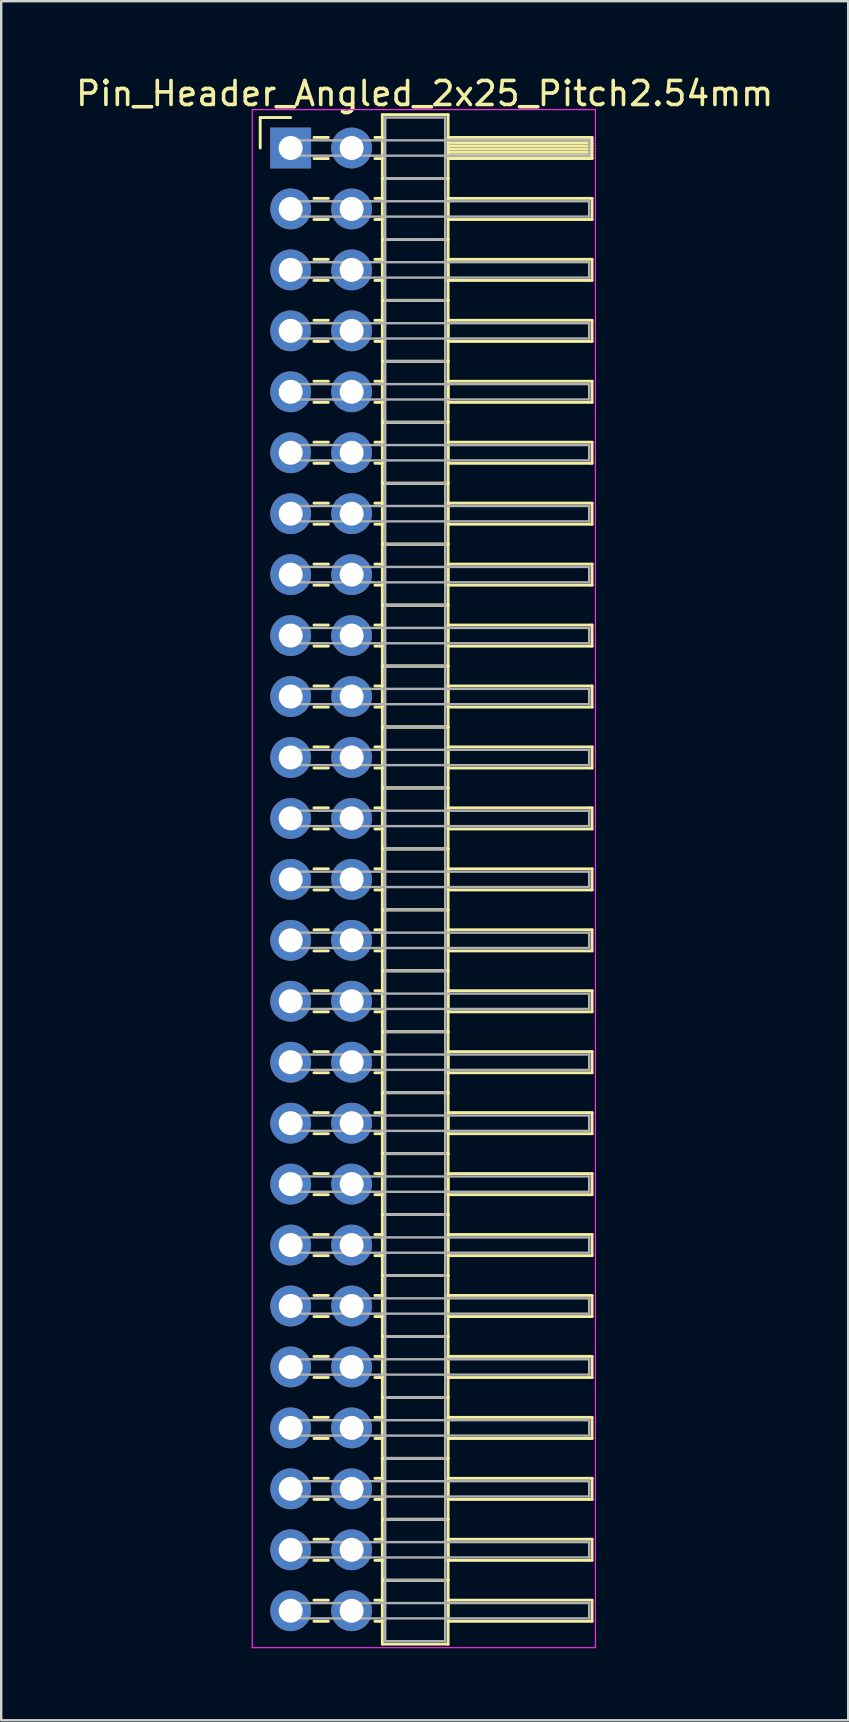
<source format=kicad_pcb>
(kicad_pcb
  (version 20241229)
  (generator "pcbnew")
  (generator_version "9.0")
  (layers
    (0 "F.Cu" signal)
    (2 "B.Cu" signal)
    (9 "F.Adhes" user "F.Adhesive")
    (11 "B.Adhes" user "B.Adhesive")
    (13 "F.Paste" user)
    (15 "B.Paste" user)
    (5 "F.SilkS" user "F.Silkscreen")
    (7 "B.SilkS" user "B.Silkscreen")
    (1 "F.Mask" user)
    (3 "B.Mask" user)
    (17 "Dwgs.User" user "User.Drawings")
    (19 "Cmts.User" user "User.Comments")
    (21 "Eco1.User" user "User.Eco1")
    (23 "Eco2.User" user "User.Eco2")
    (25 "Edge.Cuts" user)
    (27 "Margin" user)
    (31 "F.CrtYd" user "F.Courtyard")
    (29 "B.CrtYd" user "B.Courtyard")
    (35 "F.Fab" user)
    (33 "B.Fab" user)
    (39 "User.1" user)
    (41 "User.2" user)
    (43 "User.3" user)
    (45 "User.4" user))
  (footprint "Pin_Header_Angled_2x25_Pitch2.54mm"
    (layer "F.Cu")
    (at 9.064 3.118)
    (property "Reference" "Pin_Header_Angled_2x25_Pitch2.54mm" (at 5.585 -2.27 0) (layer "F.SilkS") (effects (font (size 1 1) (thickness 0.15))))
    (attr through_hole)
    (fp_line (start -1.27 -1.27) (end 0 -1.27) (stroke (width 0.12) (type solid)) (layer "F.SilkS"))
    (fp_line (start -1.27 0) (end -1.27 -1.27) (stroke (width 0.12) (type solid)) (layer "F.SilkS"))
    (fp_line (start 0.97 -0.44) (end 1.57 -0.44) (stroke (width 0.12) (type solid)) (layer "F.SilkS"))
    (fp_line (start 0.97 0.44) (end 1.57 0.44) (stroke (width 0.12) (type solid)) (layer "F.SilkS"))
    (fp_line (start 0.97 2.1) (end 1.57 2.1) (stroke (width 0.12) (type solid)) (layer "F.SilkS"))
    (fp_line (start 0.97 2.98) (end 1.57 2.98) (stroke (width 0.12) (type solid)) (layer "F.SilkS"))
    (fp_line (start 0.97 4.64) (end 1.57 4.64) (stroke (width 0.12) (type solid)) (layer "F.SilkS"))
    (fp_line (start 0.97 5.52) (end 1.57 5.52) (stroke (width 0.12) (type solid)) (layer "F.SilkS"))
    (fp_line (start 0.97 7.18) (end 1.57 7.18) (stroke (width 0.12) (type solid)) (layer "F.SilkS"))
    (fp_line (start 0.97 8.06) (end 1.57 8.06) (stroke (width 0.12) (type solid)) (layer "F.SilkS"))
    (fp_line (start 0.97 9.72) (end 1.57 9.72) (stroke (width 0.12) (type solid)) (layer "F.SilkS"))
    (fp_line (start 0.97 10.6) (end 1.57 10.6) (stroke (width 0.12) (type solid)) (layer "F.SilkS"))
    (fp_line (start 0.97 12.26) (end 1.57 12.26) (stroke (width 0.12) (type solid)) (layer "F.SilkS"))
    (fp_line (start 0.97 13.14) (end 1.57 13.14) (stroke (width 0.12) (type solid)) (layer "F.SilkS"))
    (fp_line (start 0.97 14.8) (end 1.57 14.8) (stroke (width 0.12) (type solid)) (layer "F.SilkS"))
    (fp_line (start 0.97 15.68) (end 1.57 15.68) (stroke (width 0.12) (type solid)) (layer "F.SilkS"))
    (fp_line (start 0.97 17.34) (end 1.57 17.34) (stroke (width 0.12) (type solid)) (layer "F.SilkS"))
    (fp_line (start 0.97 18.22) (end 1.57 18.22) (stroke (width 0.12) (type solid)) (layer "F.SilkS"))
    (fp_line (start 0.97 19.88) (end 1.57 19.88) (stroke (width 0.12) (type solid)) (layer "F.SilkS"))
    (fp_line (start 0.97 20.76) (end 1.57 20.76) (stroke (width 0.12) (type solid)) (layer "F.SilkS"))
    (fp_line (start 0.97 22.42) (end 1.57 22.42) (stroke (width 0.12) (type solid)) (layer "F.SilkS"))
    (fp_line (start 0.97 23.3) (end 1.57 23.3) (stroke (width 0.12) (type solid)) (layer "F.SilkS"))
    (fp_line (start 0.97 24.96) (end 1.57 24.96) (stroke (width 0.12) (type solid)) (layer "F.SilkS"))
    (fp_line (start 0.97 25.84) (end 1.57 25.84) (stroke (width 0.12) (type solid)) (layer "F.SilkS"))
    (fp_line (start 0.97 27.5) (end 1.57 27.5) (stroke (width 0.12) (type solid)) (layer "F.SilkS"))
    (fp_line (start 0.97 28.38) (end 1.57 28.38) (stroke (width 0.12) (type solid)) (layer "F.SilkS"))
    (fp_line (start 0.97 30.04) (end 1.57 30.04) (stroke (width 0.12) (type solid)) (layer "F.SilkS"))
    (fp_line (start 0.97 30.92) (end 1.57 30.92) (stroke (width 0.12) (type solid)) (layer "F.SilkS"))
    (fp_line (start 0.97 32.58) (end 1.57 32.58) (stroke (width 0.12) (type solid)) (layer "F.SilkS"))
    (fp_line (start 0.97 33.46) (end 1.57 33.46) (stroke (width 0.12) (type solid)) (layer "F.SilkS"))
    (fp_line (start 0.97 35.12) (end 1.57 35.12) (stroke (width 0.12) (type solid)) (layer "F.SilkS"))
    (fp_line (start 0.97 36) (end 1.57 36) (stroke (width 0.12) (type solid)) (layer "F.SilkS"))
    (fp_line (start 0.97 37.66) (end 1.57 37.66) (stroke (width 0.12) (type solid)) (layer "F.SilkS"))
    (fp_line (start 0.97 38.54) (end 1.57 38.54) (stroke (width 0.12) (type solid)) (layer "F.SilkS"))
    (fp_line (start 0.97 40.2) (end 1.57 40.2) (stroke (width 0.12) (type solid)) (layer "F.SilkS"))
    (fp_line (start 0.97 41.08) (end 1.57 41.08) (stroke (width 0.12) (type solid)) (layer "F.SilkS"))
    (fp_line (start 0.97 42.74) (end 1.57 42.74) (stroke (width 0.12) (type solid)) (layer "F.SilkS"))
    (fp_line (start 0.97 43.62) (end 1.57 43.62) (stroke (width 0.12) (type solid)) (layer "F.SilkS"))
    (fp_line (start 0.97 45.28) (end 1.57 45.28) (stroke (width 0.12) (type solid)) (layer "F.SilkS"))
    (fp_line (start 0.97 46.16) (end 1.57 46.16) (stroke (width 0.12) (type solid)) (layer "F.SilkS"))
    (fp_line (start 0.97 47.82) (end 1.57 47.82) (stroke (width 0.12) (type solid)) (layer "F.SilkS"))
    (fp_line (start 0.97 48.7) (end 1.57 48.7) (stroke (width 0.12) (type solid)) (layer "F.SilkS"))
    (fp_line (start 0.97 50.36) (end 1.57 50.36) (stroke (width 0.12) (type solid)) (layer "F.SilkS"))
    (fp_line (start 0.97 51.24) (end 1.57 51.24) (stroke (width 0.12) (type solid)) (layer "F.SilkS"))
    (fp_line (start 0.97 52.9) (end 1.57 52.9) (stroke (width 0.12) (type solid)) (layer "F.SilkS"))
    (fp_line (start 0.97 53.78) (end 1.57 53.78) (stroke (width 0.12) (type solid)) (layer "F.SilkS"))
    (fp_line (start 0.97 55.44) (end 1.57 55.44) (stroke (width 0.12) (type solid)) (layer "F.SilkS"))
    (fp_line (start 0.97 56.32) (end 1.57 56.32) (stroke (width 0.12) (type solid)) (layer "F.SilkS"))
    (fp_line (start 0.97 57.98) (end 1.57 57.98) (stroke (width 0.12) (type solid)) (layer "F.SilkS"))
    (fp_line (start 0.97 58.86) (end 1.57 58.86) (stroke (width 0.12) (type solid)) (layer "F.SilkS"))
    (fp_line (start 0.97 60.52) (end 1.57 60.52) (stroke (width 0.12) (type solid)) (layer "F.SilkS"))
    (fp_line (start 0.97 61.4) (end 1.57 61.4) (stroke (width 0.12) (type solid)) (layer "F.SilkS"))
    (fp_line (start 3.51 -0.44) (end 3.82 -0.44) (stroke (width 0.12) (type solid)) (layer "F.SilkS"))
    (fp_line (start 3.51 0.44) (end 3.82 0.44) (stroke (width 0.12) (type solid)) (layer "F.SilkS"))
    (fp_line (start 3.51 2.1) (end 3.82 2.1) (stroke (width 0.12) (type solid)) (layer "F.SilkS"))
    (fp_line (start 3.51 2.98) (end 3.82 2.98) (stroke (width 0.12) (type solid)) (layer "F.SilkS"))
    (fp_line (start 3.51 4.64) (end 3.82 4.64) (stroke (width 0.12) (type solid)) (layer "F.SilkS"))
    (fp_line (start 3.51 5.52) (end 3.82 5.52) (stroke (width 0.12) (type solid)) (layer "F.SilkS"))
    (fp_line (start 3.51 7.18) (end 3.82 7.18) (stroke (width 0.12) (type solid)) (layer "F.SilkS"))
    (fp_line (start 3.51 8.06) (end 3.82 8.06) (stroke (width 0.12) (type solid)) (layer "F.SilkS"))
    (fp_line (start 3.51 9.72) (end 3.82 9.72) (stroke (width 0.12) (type solid)) (layer "F.SilkS"))
    (fp_line (start 3.51 10.6) (end 3.82 10.6) (stroke (width 0.12) (type solid)) (layer "F.SilkS"))
    (fp_line (start 3.51 12.26) (end 3.82 12.26) (stroke (width 0.12) (type solid)) (layer "F.SilkS"))
    (fp_line (start 3.51 13.14) (end 3.82 13.14) (stroke (width 0.12) (type solid)) (layer "F.SilkS"))
    (fp_line (start 3.51 14.8) (end 3.82 14.8) (stroke (width 0.12) (type solid)) (layer "F.SilkS"))
    (fp_line (start 3.51 15.68) (end 3.82 15.68) (stroke (width 0.12) (type solid)) (layer "F.SilkS"))
    (fp_line (start 3.51 17.34) (end 3.82 17.34) (stroke (width 0.12) (type solid)) (layer "F.SilkS"))
    (fp_line (start 3.51 18.22) (end 3.82 18.22) (stroke (width 0.12) (type solid)) (layer "F.SilkS"))
    (fp_line (start 3.51 19.88) (end 3.82 19.88) (stroke (width 0.12) (type solid)) (layer "F.SilkS"))
    (fp_line (start 3.51 20.76) (end 3.82 20.76) (stroke (width 0.12) (type solid)) (layer "F.SilkS"))
    (fp_line (start 3.51 22.42) (end 3.82 22.42) (stroke (width 0.12) (type solid)) (layer "F.SilkS"))
    (fp_line (start 3.51 23.3) (end 3.82 23.3) (stroke (width 0.12) (type solid)) (layer "F.SilkS"))
    (fp_line (start 3.51 24.96) (end 3.82 24.96) (stroke (width 0.12) (type solid)) (layer "F.SilkS"))
    (fp_line (start 3.51 25.84) (end 3.82 25.84) (stroke (width 0.12) (type solid)) (layer "F.SilkS"))
    (fp_line (start 3.51 27.5) (end 3.82 27.5) (stroke (width 0.12) (type solid)) (layer "F.SilkS"))
    (fp_line (start 3.51 28.38) (end 3.82 28.38) (stroke (width 0.12) (type solid)) (layer "F.SilkS"))
    (fp_line (start 3.51 30.04) (end 3.82 30.04) (stroke (width 0.12) (type solid)) (layer "F.SilkS"))
    (fp_line (start 3.51 30.92) (end 3.82 30.92) (stroke (width 0.12) (type solid)) (layer "F.SilkS"))
    (fp_line (start 3.51 32.58) (end 3.82 32.58) (stroke (width 0.12) (type solid)) (layer "F.SilkS"))
    (fp_line (start 3.51 33.46) (end 3.82 33.46) (stroke (width 0.12) (type solid)) (layer "F.SilkS"))
    (fp_line (start 3.51 35.12) (end 3.82 35.12) (stroke (width 0.12) (type solid)) (layer "F.SilkS"))
    (fp_line (start 3.51 36) (end 3.82 36) (stroke (width 0.12) (type solid)) (layer "F.SilkS"))
    (fp_line (start 3.51 37.66) (end 3.82 37.66) (stroke (width 0.12) (type solid)) (layer "F.SilkS"))
    (fp_line (start 3.51 38.54) (end 3.82 38.54) (stroke (width 0.12) (type solid)) (layer "F.SilkS"))
    (fp_line (start 3.51 40.2) (end 3.82 40.2) (stroke (width 0.12) (type solid)) (layer "F.SilkS"))
    (fp_line (start 3.51 41.08) (end 3.82 41.08) (stroke (width 0.12) (type solid)) (layer "F.SilkS"))
    (fp_line (start 3.51 42.74) (end 3.82 42.74) (stroke (width 0.12) (type solid)) (layer "F.SilkS"))
    (fp_line (start 3.51 43.62) (end 3.82 43.62) (stroke (width 0.12) (type solid)) (layer "F.SilkS"))
    (fp_line (start 3.51 45.28) (end 3.82 45.28) (stroke (width 0.12) (type solid)) (layer "F.SilkS"))
    (fp_line (start 3.51 46.16) (end 3.82 46.16) (stroke (width 0.12) (type solid)) (layer "F.SilkS"))
    (fp_line (start 3.51 47.82) (end 3.82 47.82) (stroke (width 0.12) (type solid)) (layer "F.SilkS"))
    (fp_line (start 3.51 48.7) (end 3.82 48.7) (stroke (width 0.12) (type solid)) (layer "F.SilkS"))
    (fp_line (start 3.51 50.36) (end 3.82 50.36) (stroke (width 0.12) (type solid)) (layer "F.SilkS"))
    (fp_line (start 3.51 51.24) (end 3.82 51.24) (stroke (width 0.12) (type solid)) (layer "F.SilkS"))
    (fp_line (start 3.51 52.9) (end 3.82 52.9) (stroke (width 0.12) (type solid)) (layer "F.SilkS"))
    (fp_line (start 3.51 53.78) (end 3.82 53.78) (stroke (width 0.12) (type solid)) (layer "F.SilkS"))
    (fp_line (start 3.51 55.44) (end 3.82 55.44) (stroke (width 0.12) (type solid)) (layer "F.SilkS"))
    (fp_line (start 3.51 56.32) (end 3.82 56.32) (stroke (width 0.12) (type solid)) (layer "F.SilkS"))
    (fp_line (start 3.51 57.98) (end 3.82 57.98) (stroke (width 0.12) (type solid)) (layer "F.SilkS"))
    (fp_line (start 3.51 58.86) (end 3.82 58.86) (stroke (width 0.12) (type solid)) (layer "F.SilkS"))
    (fp_line (start 3.51 60.52) (end 3.82 60.52) (stroke (width 0.12) (type solid)) (layer "F.SilkS"))
    (fp_line (start 3.51 61.4) (end 3.82 61.4) (stroke (width 0.12) (type solid)) (layer "F.SilkS"))
    (fp_line (start 3.82 -1.39) (end 3.82 1.27) (stroke (width 0.12) (type solid)) (layer "F.SilkS"))
    (fp_line (start 3.82 1.27) (end 3.82 3.81) (stroke (width 0.12) (type solid)) (layer "F.SilkS"))
    (fp_line (start 3.82 1.27) (end 6.56 1.27) (stroke (width 0.12) (type solid)) (layer "F.SilkS"))
    (fp_line (start 3.82 3.81) (end 3.82 6.35) (stroke (width 0.12) (type solid)) (layer "F.SilkS"))
    (fp_line (start 3.82 3.81) (end 6.56 3.81) (stroke (width 0.12) (type solid)) (layer "F.SilkS"))
    (fp_line (start 3.82 6.35) (end 3.82 8.89) (stroke (width 0.12) (type solid)) (layer "F.SilkS"))
    (fp_line (start 3.82 6.35) (end 6.56 6.35) (stroke (width 0.12) (type solid)) (layer "F.SilkS"))
    (fp_line (start 3.82 8.89) (end 3.82 11.43) (stroke (width 0.12) (type solid)) (layer "F.SilkS"))
    (fp_line (start 3.82 8.89) (end 6.56 8.89) (stroke (width 0.12) (type solid)) (layer "F.SilkS"))
    (fp_line (start 3.82 11.43) (end 3.82 13.97) (stroke (width 0.12) (type solid)) (layer "F.SilkS"))
    (fp_line (start 3.82 11.43) (end 6.56 11.43) (stroke (width 0.12) (type solid)) (layer "F.SilkS"))
    (fp_line (start 3.82 13.97) (end 3.82 16.51) (stroke (width 0.12) (type solid)) (layer "F.SilkS"))
    (fp_line (start 3.82 13.97) (end 6.56 13.97) (stroke (width 0.12) (type solid)) (layer "F.SilkS"))
    (fp_line (start 3.82 16.51) (end 3.82 19.05) (stroke (width 0.12) (type solid)) (layer "F.SilkS"))
    (fp_line (start 3.82 16.51) (end 6.56 16.51) (stroke (width 0.12) (type solid)) (layer "F.SilkS"))
    (fp_line (start 3.82 19.05) (end 3.82 21.59) (stroke (width 0.12) (type solid)) (layer "F.SilkS"))
    (fp_line (start 3.82 19.05) (end 6.56 19.05) (stroke (width 0.12) (type solid)) (layer "F.SilkS"))
    (fp_line (start 3.82 21.59) (end 3.82 24.13) (stroke (width 0.12) (type solid)) (layer "F.SilkS"))
    (fp_line (start 3.82 21.59) (end 6.56 21.59) (stroke (width 0.12) (type solid)) (layer "F.SilkS"))
    (fp_line (start 3.82 24.13) (end 3.82 26.67) (stroke (width 0.12) (type solid)) (layer "F.SilkS"))
    (fp_line (start 3.82 24.13) (end 6.56 24.13) (stroke (width 0.12) (type solid)) (layer "F.SilkS"))
    (fp_line (start 3.82 26.67) (end 3.82 29.21) (stroke (width 0.12) (type solid)) (layer "F.SilkS"))
    (fp_line (start 3.82 26.67) (end 6.56 26.67) (stroke (width 0.12) (type solid)) (layer "F.SilkS"))
    (fp_line (start 3.82 29.21) (end 3.82 31.75) (stroke (width 0.12) (type solid)) (layer "F.SilkS"))
    (fp_line (start 3.82 29.21) (end 6.56 29.21) (stroke (width 0.12) (type solid)) (layer "F.SilkS"))
    (fp_line (start 3.82 31.75) (end 3.82 34.29) (stroke (width 0.12) (type solid)) (layer "F.SilkS"))
    (fp_line (start 3.82 31.75) (end 6.56 31.75) (stroke (width 0.12) (type solid)) (layer "F.SilkS"))
    (fp_line (start 3.82 34.29) (end 3.82 36.83) (stroke (width 0.12) (type solid)) (layer "F.SilkS"))
    (fp_line (start 3.82 34.29) (end 6.56 34.29) (stroke (width 0.12) (type solid)) (layer "F.SilkS"))
    (fp_line (start 3.82 36.83) (end 3.82 39.37) (stroke (width 0.12) (type solid)) (layer "F.SilkS"))
    (fp_line (start 3.82 36.83) (end 6.56 36.83) (stroke (width 0.12) (type solid)) (layer "F.SilkS"))
    (fp_line (start 3.82 39.37) (end 3.82 41.91) (stroke (width 0.12) (type solid)) (layer "F.SilkS"))
    (fp_line (start 3.82 39.37) (end 6.56 39.37) (stroke (width 0.12) (type solid)) (layer "F.SilkS"))
    (fp_line (start 3.82 41.91) (end 3.82 44.45) (stroke (width 0.12) (type solid)) (layer "F.SilkS"))
    (fp_line (start 3.82 41.91) (end 6.56 41.91) (stroke (width 0.12) (type solid)) (layer "F.SilkS"))
    (fp_line (start 3.82 44.45) (end 3.82 46.99) (stroke (width 0.12) (type solid)) (layer "F.SilkS"))
    (fp_line (start 3.82 44.45) (end 6.56 44.45) (stroke (width 0.12) (type solid)) (layer "F.SilkS"))
    (fp_line (start 3.82 46.99) (end 3.82 49.53) (stroke (width 0.12) (type solid)) (layer "F.SilkS"))
    (fp_line (start 3.82 46.99) (end 6.56 46.99) (stroke (width 0.12) (type solid)) (layer "F.SilkS"))
    (fp_line (start 3.82 49.53) (end 3.82 52.07) (stroke (width 0.12) (type solid)) (layer "F.SilkS"))
    (fp_line (start 3.82 49.53) (end 6.56 49.53) (stroke (width 0.12) (type solid)) (layer "F.SilkS"))
    (fp_line (start 3.82 52.07) (end 3.82 54.61) (stroke (width 0.12) (type solid)) (layer "F.SilkS"))
    (fp_line (start 3.82 52.07) (end 6.56 52.07) (stroke (width 0.12) (type solid)) (layer "F.SilkS"))
    (fp_line (start 3.82 54.61) (end 3.82 57.15) (stroke (width 0.12) (type solid)) (layer "F.SilkS"))
    (fp_line (start 3.82 54.61) (end 6.56 54.61) (stroke (width 0.12) (type solid)) (layer "F.SilkS"))
    (fp_line (start 3.82 57.15) (end 3.82 59.69) (stroke (width 0.12) (type solid)) (layer "F.SilkS"))
    (fp_line (start 3.82 57.15) (end 6.56 57.15) (stroke (width 0.12) (type solid)) (layer "F.SilkS"))
    (fp_line (start 3.82 59.69) (end 3.82 62.35) (stroke (width 0.12) (type solid)) (layer "F.SilkS"))
    (fp_line (start 3.82 59.69) (end 6.56 59.69) (stroke (width 0.12) (type solid)) (layer "F.SilkS"))
    (fp_line (start 3.82 62.35) (end 6.56 62.35) (stroke (width 0.12) (type solid)) (layer "F.SilkS"))
    (fp_line (start 6.56 -1.39) (end 3.82 -1.39) (stroke (width 0.12) (type solid)) (layer "F.SilkS"))
    (fp_line (start 6.56 -0.44) (end 6.56 0.44) (stroke (width 0.12) (type solid)) (layer "F.SilkS"))
    (fp_line (start 6.56 -0.32) (end 12.56 -0.32) (stroke (width 0.12) (type solid)) (layer "F.SilkS"))
    (fp_line (start 6.56 -0.2) (end 12.56 -0.2) (stroke (width 0.12) (type solid)) (layer "F.SilkS"))
    (fp_line (start 6.56 -0.08) (end 12.56 -0.08) (stroke (width 0.12) (type solid)) (layer "F.SilkS"))
    (fp_line (start 6.56 0.04) (end 12.56 0.04) (stroke (width 0.12) (type solid)) (layer "F.SilkS"))
    (fp_line (start 6.56 0.16) (end 12.56 0.16) (stroke (width 0.12) (type solid)) (layer "F.SilkS"))
    (fp_line (start 6.56 0.28) (end 12.56 0.28) (stroke (width 0.12) (type solid)) (layer "F.SilkS"))
    (fp_line (start 6.56 0.4) (end 12.56 0.4) (stroke (width 0.12) (type solid)) (layer "F.SilkS"))
    (fp_line (start 6.56 0.44) (end 12.56 0.44) (stroke (width 0.12) (type solid)) (layer "F.SilkS"))
    (fp_line (start 6.56 1.27) (end 3.82 1.27) (stroke (width 0.12) (type solid)) (layer "F.SilkS"))
    (fp_line (start 6.56 1.27) (end 6.56 -1.39) (stroke (width 0.12) (type solid)) (layer "F.SilkS"))
    (fp_line (start 6.56 2.1) (end 6.56 2.98) (stroke (width 0.12) (type solid)) (layer "F.SilkS"))
    (fp_line (start 6.56 2.98) (end 12.56 2.98) (stroke (width 0.12) (type solid)) (layer "F.SilkS"))
    (fp_line (start 6.56 3.81) (end 3.82 3.81) (stroke (width 0.12) (type solid)) (layer "F.SilkS"))
    (fp_line (start 6.56 3.81) (end 6.56 1.27) (stroke (width 0.12) (type solid)) (layer "F.SilkS"))
    (fp_line (start 6.56 4.64) (end 6.56 5.52) (stroke (width 0.12) (type solid)) (layer "F.SilkS"))
    (fp_line (start 6.56 5.52) (end 12.56 5.52) (stroke (width 0.12) (type solid)) (layer "F.SilkS"))
    (fp_line (start 6.56 6.35) (end 3.82 6.35) (stroke (width 0.12) (type solid)) (layer "F.SilkS"))
    (fp_line (start 6.56 6.35) (end 6.56 3.81) (stroke (width 0.12) (type solid)) (layer "F.SilkS"))
    (fp_line (start 6.56 7.18) (end 6.56 8.06) (stroke (width 0.12) (type solid)) (layer "F.SilkS"))
    (fp_line (start 6.56 8.06) (end 12.56 8.06) (stroke (width 0.12) (type solid)) (layer "F.SilkS"))
    (fp_line (start 6.56 8.89) (end 3.82 8.89) (stroke (width 0.12) (type solid)) (layer "F.SilkS"))
    (fp_line (start 6.56 8.89) (end 6.56 6.35) (stroke (width 0.12) (type solid)) (layer "F.SilkS"))
    (fp_line (start 6.56 9.72) (end 6.56 10.6) (stroke (width 0.12) (type solid)) (layer "F.SilkS"))
    (fp_line (start 6.56 10.6) (end 12.56 10.6) (stroke (width 0.12) (type solid)) (layer "F.SilkS"))
    (fp_line (start 6.56 11.43) (end 3.82 11.43) (stroke (width 0.12) (type solid)) (layer "F.SilkS"))
    (fp_line (start 6.56 11.43) (end 6.56 8.89) (stroke (width 0.12) (type solid)) (layer "F.SilkS"))
    (fp_line (start 6.56 12.26) (end 6.56 13.14) (stroke (width 0.12) (type solid)) (layer "F.SilkS"))
    (fp_line (start 6.56 13.14) (end 12.56 13.14) (stroke (width 0.12) (type solid)) (layer "F.SilkS"))
    (fp_line (start 6.56 13.97) (end 3.82 13.97) (stroke (width 0.12) (type solid)) (layer "F.SilkS"))
    (fp_line (start 6.56 13.97) (end 6.56 11.43) (stroke (width 0.12) (type solid)) (layer "F.SilkS"))
    (fp_line (start 6.56 14.8) (end 6.56 15.68) (stroke (width 0.12) (type solid)) (layer "F.SilkS"))
    (fp_line (start 6.56 15.68) (end 12.56 15.68) (stroke (width 0.12) (type solid)) (layer "F.SilkS"))
    (fp_line (start 6.56 16.51) (end 3.82 16.51) (stroke (width 0.12) (type solid)) (layer "F.SilkS"))
    (fp_line (start 6.56 16.51) (end 6.56 13.97) (stroke (width 0.12) (type solid)) (layer "F.SilkS"))
    (fp_line (start 6.56 17.34) (end 6.56 18.22) (stroke (width 0.12) (type solid)) (layer "F.SilkS"))
    (fp_line (start 6.56 18.22) (end 12.56 18.22) (stroke (width 0.12) (type solid)) (layer "F.SilkS"))
    (fp_line (start 6.56 19.05) (end 3.82 19.05) (stroke (width 0.12) (type solid)) (layer "F.SilkS"))
    (fp_line (start 6.56 19.05) (end 6.56 16.51) (stroke (width 0.12) (type solid)) (layer "F.SilkS"))
    (fp_line (start 6.56 19.88) (end 6.56 20.76) (stroke (width 0.12) (type solid)) (layer "F.SilkS"))
    (fp_line (start 6.56 20.76) (end 12.56 20.76) (stroke (width 0.12) (type solid)) (layer "F.SilkS"))
    (fp_line (start 6.56 21.59) (end 3.82 21.59) (stroke (width 0.12) (type solid)) (layer "F.SilkS"))
    (fp_line (start 6.56 21.59) (end 6.56 19.05) (stroke (width 0.12) (type solid)) (layer "F.SilkS"))
    (fp_line (start 6.56 22.42) (end 6.56 23.3) (stroke (width 0.12) (type solid)) (layer "F.SilkS"))
    (fp_line (start 6.56 23.3) (end 12.56 23.3) (stroke (width 0.12) (type solid)) (layer "F.SilkS"))
    (fp_line (start 6.56 24.13) (end 3.82 24.13) (stroke (width 0.12) (type solid)) (layer "F.SilkS"))
    (fp_line (start 6.56 24.13) (end 6.56 21.59) (stroke (width 0.12) (type solid)) (layer "F.SilkS"))
    (fp_line (start 6.56 24.96) (end 6.56 25.84) (stroke (width 0.12) (type solid)) (layer "F.SilkS"))
    (fp_line (start 6.56 25.84) (end 12.56 25.84) (stroke (width 0.12) (type solid)) (layer "F.SilkS"))
    (fp_line (start 6.56 26.67) (end 3.82 26.67) (stroke (width 0.12) (type solid)) (layer "F.SilkS"))
    (fp_line (start 6.56 26.67) (end 6.56 24.13) (stroke (width 0.12) (type solid)) (layer "F.SilkS"))
    (fp_line (start 6.56 27.5) (end 6.56 28.38) (stroke (width 0.12) (type solid)) (layer "F.SilkS"))
    (fp_line (start 6.56 28.38) (end 12.56 28.38) (stroke (width 0.12) (type solid)) (layer "F.SilkS"))
    (fp_line (start 6.56 29.21) (end 3.82 29.21) (stroke (width 0.12) (type solid)) (layer "F.SilkS"))
    (fp_line (start 6.56 29.21) (end 6.56 26.67) (stroke (width 0.12) (type solid)) (layer "F.SilkS"))
    (fp_line (start 6.56 30.04) (end 6.56 30.92) (stroke (width 0.12) (type solid)) (layer "F.SilkS"))
    (fp_line (start 6.56 30.92) (end 12.56 30.92) (stroke (width 0.12) (type solid)) (layer "F.SilkS"))
    (fp_line (start 6.56 31.75) (end 3.82 31.75) (stroke (width 0.12) (type solid)) (layer "F.SilkS"))
    (fp_line (start 6.56 31.75) (end 6.56 29.21) (stroke (width 0.12) (type solid)) (layer "F.SilkS"))
    (fp_line (start 6.56 32.58) (end 6.56 33.46) (stroke (width 0.12) (type solid)) (layer "F.SilkS"))
    (fp_line (start 6.56 33.46) (end 12.56 33.46) (stroke (width 0.12) (type solid)) (layer "F.SilkS"))
    (fp_line (start 6.56 34.29) (end 3.82 34.29) (stroke (width 0.12) (type solid)) (layer "F.SilkS"))
    (fp_line (start 6.56 34.29) (end 6.56 31.75) (stroke (width 0.12) (type solid)) (layer "F.SilkS"))
    (fp_line (start 6.56 35.12) (end 6.56 36) (stroke (width 0.12) (type solid)) (layer "F.SilkS"))
    (fp_line (start 6.56 36) (end 12.56 36) (stroke (width 0.12) (type solid)) (layer "F.SilkS"))
    (fp_line (start 6.56 36.83) (end 3.82 36.83) (stroke (width 0.12) (type solid)) (layer "F.SilkS"))
    (fp_line (start 6.56 36.83) (end 6.56 34.29) (stroke (width 0.12) (type solid)) (layer "F.SilkS"))
    (fp_line (start 6.56 37.66) (end 6.56 38.54) (stroke (width 0.12) (type solid)) (layer "F.SilkS"))
    (fp_line (start 6.56 38.54) (end 12.56 38.54) (stroke (width 0.12) (type solid)) (layer "F.SilkS"))
    (fp_line (start 6.56 39.37) (end 3.82 39.37) (stroke (width 0.12) (type solid)) (layer "F.SilkS"))
    (fp_line (start 6.56 39.37) (end 6.56 36.83) (stroke (width 0.12) (type solid)) (layer "F.SilkS"))
    (fp_line (start 6.56 40.2) (end 6.56 41.08) (stroke (width 0.12) (type solid)) (layer "F.SilkS"))
    (fp_line (start 6.56 41.08) (end 12.56 41.08) (stroke (width 0.12) (type solid)) (layer "F.SilkS"))
    (fp_line (start 6.56 41.91) (end 3.82 41.91) (stroke (width 0.12) (type solid)) (layer "F.SilkS"))
    (fp_line (start 6.56 41.91) (end 6.56 39.37) (stroke (width 0.12) (type solid)) (layer "F.SilkS"))
    (fp_line (start 6.56 42.74) (end 6.56 43.62) (stroke (width 0.12) (type solid)) (layer "F.SilkS"))
    (fp_line (start 6.56 43.62) (end 12.56 43.62) (stroke (width 0.12) (type solid)) (layer "F.SilkS"))
    (fp_line (start 6.56 44.45) (end 3.82 44.45) (stroke (width 0.12) (type solid)) (layer "F.SilkS"))
    (fp_line (start 6.56 44.45) (end 6.56 41.91) (stroke (width 0.12) (type solid)) (layer "F.SilkS"))
    (fp_line (start 6.56 45.28) (end 6.56 46.16) (stroke (width 0.12) (type solid)) (layer "F.SilkS"))
    (fp_line (start 6.56 46.16) (end 12.56 46.16) (stroke (width 0.12) (type solid)) (layer "F.SilkS"))
    (fp_line (start 6.56 46.99) (end 3.82 46.99) (stroke (width 0.12) (type solid)) (layer "F.SilkS"))
    (fp_line (start 6.56 46.99) (end 6.56 44.45) (stroke (width 0.12) (type solid)) (layer "F.SilkS"))
    (fp_line (start 6.56 47.82) (end 6.56 48.7) (stroke (width 0.12) (type solid)) (layer "F.SilkS"))
    (fp_line (start 6.56 48.7) (end 12.56 48.7) (stroke (width 0.12) (type solid)) (layer "F.SilkS"))
    (fp_line (start 6.56 49.53) (end 3.82 49.53) (stroke (width 0.12) (type solid)) (layer "F.SilkS"))
    (fp_line (start 6.56 49.53) (end 6.56 46.99) (stroke (width 0.12) (type solid)) (layer "F.SilkS"))
    (fp_line (start 6.56 50.36) (end 6.56 51.24) (stroke (width 0.12) (type solid)) (layer "F.SilkS"))
    (fp_line (start 6.56 51.24) (end 12.56 51.24) (stroke (width 0.12) (type solid)) (layer "F.SilkS"))
    (fp_line (start 6.56 52.07) (end 3.82 52.07) (stroke (width 0.12) (type solid)) (layer "F.SilkS"))
    (fp_line (start 6.56 52.07) (end 6.56 49.53) (stroke (width 0.12) (type solid)) (layer "F.SilkS"))
    (fp_line (start 6.56 52.9) (end 6.56 53.78) (stroke (width 0.12) (type solid)) (layer "F.SilkS"))
    (fp_line (start 6.56 53.78) (end 12.56 53.78) (stroke (width 0.12) (type solid)) (layer "F.SilkS"))
    (fp_line (start 6.56 54.61) (end 3.82 54.61) (stroke (width 0.12) (type solid)) (layer "F.SilkS"))
    (fp_line (start 6.56 54.61) (end 6.56 52.07) (stroke (width 0.12) (type solid)) (layer "F.SilkS"))
    (fp_line (start 6.56 55.44) (end 6.56 56.32) (stroke (width 0.12) (type solid)) (layer "F.SilkS"))
    (fp_line (start 6.56 56.32) (end 12.56 56.32) (stroke (width 0.12) (type solid)) (layer "F.SilkS"))
    (fp_line (start 6.56 57.15) (end 3.82 57.15) (stroke (width 0.12) (type solid)) (layer "F.SilkS"))
    (fp_line (start 6.56 57.15) (end 6.56 54.61) (stroke (width 0.12) (type solid)) (layer "F.SilkS"))
    (fp_line (start 6.56 57.98) (end 6.56 58.86) (stroke (width 0.12) (type solid)) (layer "F.SilkS"))
    (fp_line (start 6.56 58.86) (end 12.56 58.86) (stroke (width 0.12) (type solid)) (layer "F.SilkS"))
    (fp_line (start 6.56 59.69) (end 3.82 59.69) (stroke (width 0.12) (type solid)) (layer "F.SilkS"))
    (fp_line (start 6.56 59.69) (end 6.56 57.15) (stroke (width 0.12) (type solid)) (layer "F.SilkS"))
    (fp_line (start 6.56 60.52) (end 6.56 61.4) (stroke (width 0.12) (type solid)) (layer "F.SilkS"))
    (fp_line (start 6.56 61.4) (end 12.56 61.4) (stroke (width 0.12) (type solid)) (layer "F.SilkS"))
    (fp_line (start 6.56 62.35) (end 6.56 59.69) (stroke (width 0.12) (type solid)) (layer "F.SilkS"))
    (fp_line (start 12.56 -0.44) (end 6.56 -0.44) (stroke (width 0.12) (type solid)) (layer "F.SilkS"))
    (fp_line (start 12.56 0.44) (end 12.56 -0.44) (stroke (width 0.12) (type solid)) (layer "F.SilkS"))
    (fp_line (start 12.56 2.1) (end 6.56 2.1) (stroke (width 0.12) (type solid)) (layer "F.SilkS"))
    (fp_line (start 12.56 2.98) (end 12.56 2.1) (stroke (width 0.12) (type solid)) (layer "F.SilkS"))
    (fp_line (start 12.56 4.64) (end 6.56 4.64) (stroke (width 0.12) (type solid)) (layer "F.SilkS"))
    (fp_line (start 12.56 5.52) (end 12.56 4.64) (stroke (width 0.12) (type solid)) (layer "F.SilkS"))
    (fp_line (start 12.56 7.18) (end 6.56 7.18) (stroke (width 0.12) (type solid)) (layer "F.SilkS"))
    (fp_line (start 12.56 8.06) (end 12.56 7.18) (stroke (width 0.12) (type solid)) (layer "F.SilkS"))
    (fp_line (start 12.56 9.72) (end 6.56 9.72) (stroke (width 0.12) (type solid)) (layer "F.SilkS"))
    (fp_line (start 12.56 10.6) (end 12.56 9.72) (stroke (width 0.12) (type solid)) (layer "F.SilkS"))
    (fp_line (start 12.56 12.26) (end 6.56 12.26) (stroke (width 0.12) (type solid)) (layer "F.SilkS"))
    (fp_line (start 12.56 13.14) (end 12.56 12.26) (stroke (width 0.12) (type solid)) (layer "F.SilkS"))
    (fp_line (start 12.56 14.8) (end 6.56 14.8) (stroke (width 0.12) (type solid)) (layer "F.SilkS"))
    (fp_line (start 12.56 15.68) (end 12.56 14.8) (stroke (width 0.12) (type solid)) (layer "F.SilkS"))
    (fp_line (start 12.56 17.34) (end 6.56 17.34) (stroke (width 0.12) (type solid)) (layer "F.SilkS"))
    (fp_line (start 12.56 18.22) (end 12.56 17.34) (stroke (width 0.12) (type solid)) (layer "F.SilkS"))
    (fp_line (start 12.56 19.88) (end 6.56 19.88) (stroke (width 0.12) (type solid)) (layer "F.SilkS"))
    (fp_line (start 12.56 20.76) (end 12.56 19.88) (stroke (width 0.12) (type solid)) (layer "F.SilkS"))
    (fp_line (start 12.56 22.42) (end 6.56 22.42) (stroke (width 0.12) (type solid)) (layer "F.SilkS"))
    (fp_line (start 12.56 23.3) (end 12.56 22.42) (stroke (width 0.12) (type solid)) (layer "F.SilkS"))
    (fp_line (start 12.56 24.96) (end 6.56 24.96) (stroke (width 0.12) (type solid)) (layer "F.SilkS"))
    (fp_line (start 12.56 25.84) (end 12.56 24.96) (stroke (width 0.12) (type solid)) (layer "F.SilkS"))
    (fp_line (start 12.56 27.5) (end 6.56 27.5) (stroke (width 0.12) (type solid)) (layer "F.SilkS"))
    (fp_line (start 12.56 28.38) (end 12.56 27.5) (stroke (width 0.12) (type solid)) (layer "F.SilkS"))
    (fp_line (start 12.56 30.04) (end 6.56 30.04) (stroke (width 0.12) (type solid)) (layer "F.SilkS"))
    (fp_line (start 12.56 30.92) (end 12.56 30.04) (stroke (width 0.12) (type solid)) (layer "F.SilkS"))
    (fp_line (start 12.56 32.58) (end 6.56 32.58) (stroke (width 0.12) (type solid)) (layer "F.SilkS"))
    (fp_line (start 12.56 33.46) (end 12.56 32.58) (stroke (width 0.12) (type solid)) (layer "F.SilkS"))
    (fp_line (start 12.56 35.12) (end 6.56 35.12) (stroke (width 0.12) (type solid)) (layer "F.SilkS"))
    (fp_line (start 12.56 36) (end 12.56 35.12) (stroke (width 0.12) (type solid)) (layer "F.SilkS"))
    (fp_line (start 12.56 37.66) (end 6.56 37.66) (stroke (width 0.12) (type solid)) (layer "F.SilkS"))
    (fp_line (start 12.56 38.54) (end 12.56 37.66) (stroke (width 0.12) (type solid)) (layer "F.SilkS"))
    (fp_line (start 12.56 40.2) (end 6.56 40.2) (stroke (width 0.12) (type solid)) (layer "F.SilkS"))
    (fp_line (start 12.56 41.08) (end 12.56 40.2) (stroke (width 0.12) (type solid)) (layer "F.SilkS"))
    (fp_line (start 12.56 42.74) (end 6.56 42.74) (stroke (width 0.12) (type solid)) (layer "F.SilkS"))
    (fp_line (start 12.56 43.62) (end 12.56 42.74) (stroke (width 0.12) (type solid)) (layer "F.SilkS"))
    (fp_line (start 12.56 45.28) (end 6.56 45.28) (stroke (width 0.12) (type solid)) (layer "F.SilkS"))
    (fp_line (start 12.56 46.16) (end 12.56 45.28) (stroke (width 0.12) (type solid)) (layer "F.SilkS"))
    (fp_line (start 12.56 47.82) (end 6.56 47.82) (stroke (width 0.12) (type solid)) (layer "F.SilkS"))
    (fp_line (start 12.56 48.7) (end 12.56 47.82) (stroke (width 0.12) (type solid)) (layer "F.SilkS"))
    (fp_line (start 12.56 50.36) (end 6.56 50.36) (stroke (width 0.12) (type solid)) (layer "F.SilkS"))
    (fp_line (start 12.56 51.24) (end 12.56 50.36) (stroke (width 0.12) (type solid)) (layer "F.SilkS"))
    (fp_line (start 12.56 52.9) (end 6.56 52.9) (stroke (width 0.12) (type solid)) (layer "F.SilkS"))
    (fp_line (start 12.56 53.78) (end 12.56 52.9) (stroke (width 0.12) (type solid)) (layer "F.SilkS"))
    (fp_line (start 12.56 55.44) (end 6.56 55.44) (stroke (width 0.12) (type solid)) (layer "F.SilkS"))
    (fp_line (start 12.56 56.32) (end 12.56 55.44) (stroke (width 0.12) (type solid)) (layer "F.SilkS"))
    (fp_line (start 12.56 57.98) (end 6.56 57.98) (stroke (width 0.12) (type solid)) (layer "F.SilkS"))
    (fp_line (start 12.56 58.86) (end 12.56 57.98) (stroke (width 0.12) (type solid)) (layer "F.SilkS"))
    (fp_line (start 12.56 60.52) (end 6.56 60.52) (stroke (width 0.12) (type solid)) (layer "F.SilkS"))
    (fp_line (start 12.56 61.4) (end 12.56 60.52) (stroke (width 0.12) (type solid)) (layer "F.SilkS"))
    (fp_line (start -1.6 -1.6) (end -1.6 62.5) (stroke (width 0.05) (type solid)) (layer "F.CrtYd"))
    (fp_line (start -1.6 62.5) (end 12.7 62.5) (stroke (width 0.05) (type solid)) (layer "F.CrtYd"))
    (fp_line (start 12.7 -1.6) (end -1.6 -1.6) (stroke (width 0.05) (type solid)) (layer "F.CrtYd"))
    (fp_line (start 12.7 62.5) (end 12.7 -1.6) (stroke (width 0.05) (type solid)) (layer "F.CrtYd"))
    (fp_line (start 0 -0.32) (end 0 0.32) (stroke (width 0.1) (type solid)) (layer "F.Fab"))
    (fp_line (start 0 0.32) (end 12.44 0.32) (stroke (width 0.1) (type solid)) (layer "F.Fab"))
    (fp_line (start 0 2.22) (end 0 2.86) (stroke (width 0.1) (type solid)) (layer "F.Fab"))
    (fp_line (start 0 2.86) (end 12.44 2.86) (stroke (width 0.1) (type solid)) (layer "F.Fab"))
    (fp_line (start 0 4.76) (end 0 5.4) (stroke (width 0.1) (type solid)) (layer "F.Fab"))
    (fp_line (start 0 5.4) (end 12.44 5.4) (stroke (width 0.1) (type solid)) (layer "F.Fab"))
    (fp_line (start 0 7.3) (end 0 7.94) (stroke (width 0.1) (type solid)) (layer "F.Fab"))
    (fp_line (start 0 7.94) (end 12.44 7.94) (stroke (width 0.1) (type solid)) (layer "F.Fab"))
    (fp_line (start 0 9.84) (end 0 10.48) (stroke (width 0.1) (type solid)) (layer "F.Fab"))
    (fp_line (start 0 10.48) (end 12.44 10.48) (stroke (width 0.1) (type solid)) (layer "F.Fab"))
    (fp_line (start 0 12.38) (end 0 13.02) (stroke (width 0.1) (type solid)) (layer "F.Fab"))
    (fp_line (start 0 13.02) (end 12.44 13.02) (stroke (width 0.1) (type solid)) (layer "F.Fab"))
    (fp_line (start 0 14.92) (end 0 15.56) (stroke (width 0.1) (type solid)) (layer "F.Fab"))
    (fp_line (start 0 15.56) (end 12.44 15.56) (stroke (width 0.1) (type solid)) (layer "F.Fab"))
    (fp_line (start 0 17.46) (end 0 18.1) (stroke (width 0.1) (type solid)) (layer "F.Fab"))
    (fp_line (start 0 18.1) (end 12.44 18.1) (stroke (width 0.1) (type solid)) (layer "F.Fab"))
    (fp_line (start 0 20) (end 0 20.64) (stroke (width 0.1) (type solid)) (layer "F.Fab"))
    (fp_line (start 0 20.64) (end 12.44 20.64) (stroke (width 0.1) (type solid)) (layer "F.Fab"))
    (fp_line (start 0 22.54) (end 0 23.18) (stroke (width 0.1) (type solid)) (layer "F.Fab"))
    (fp_line (start 0 23.18) (end 12.44 23.18) (stroke (width 0.1) (type solid)) (layer "F.Fab"))
    (fp_line (start 0 25.08) (end 0 25.72) (stroke (width 0.1) (type solid)) (layer "F.Fab"))
    (fp_line (start 0 25.72) (end 12.44 25.72) (stroke (width 0.1) (type solid)) (layer "F.Fab"))
    (fp_line (start 0 27.62) (end 0 28.26) (stroke (width 0.1) (type solid)) (layer "F.Fab"))
    (fp_line (start 0 28.26) (end 12.44 28.26) (stroke (width 0.1) (type solid)) (layer "F.Fab"))
    (fp_line (start 0 30.16) (end 0 30.8) (stroke (width 0.1) (type solid)) (layer "F.Fab"))
    (fp_line (start 0 30.8) (end 12.44 30.8) (stroke (width 0.1) (type solid)) (layer "F.Fab"))
    (fp_line (start 0 32.7) (end 0 33.34) (stroke (width 0.1) (type solid)) (layer "F.Fab"))
    (fp_line (start 0 33.34) (end 12.44 33.34) (stroke (width 0.1) (type solid)) (layer "F.Fab"))
    (fp_line (start 0 35.24) (end 0 35.88) (stroke (width 0.1) (type solid)) (layer "F.Fab"))
    (fp_line (start 0 35.88) (end 12.44 35.88) (stroke (width 0.1) (type solid)) (layer "F.Fab"))
    (fp_line (start 0 37.78) (end 0 38.42) (stroke (width 0.1) (type solid)) (layer "F.Fab"))
    (fp_line (start 0 38.42) (end 12.44 38.42) (stroke (width 0.1) (type solid)) (layer "F.Fab"))
    (fp_line (start 0 40.32) (end 0 40.96) (stroke (width 0.1) (type solid)) (layer "F.Fab"))
    (fp_line (start 0 40.96) (end 12.44 40.96) (stroke (width 0.1) (type solid)) (layer "F.Fab"))
    (fp_line (start 0 42.86) (end 0 43.5) (stroke (width 0.1) (type solid)) (layer "F.Fab"))
    (fp_line (start 0 43.5) (end 12.44 43.5) (stroke (width 0.1) (type solid)) (layer "F.Fab"))
    (fp_line (start 0 45.4) (end 0 46.04) (stroke (width 0.1) (type solid)) (layer "F.Fab"))
    (fp_line (start 0 46.04) (end 12.44 46.04) (stroke (width 0.1) (type solid)) (layer "F.Fab"))
    (fp_line (start 0 47.94) (end 0 48.58) (stroke (width 0.1) (type solid)) (layer "F.Fab"))
    (fp_line (start 0 48.58) (end 12.44 48.58) (stroke (width 0.1) (type solid)) (layer "F.Fab"))
    (fp_line (start 0 50.48) (end 0 51.12) (stroke (width 0.1) (type solid)) (layer "F.Fab"))
    (fp_line (start 0 51.12) (end 12.44 51.12) (stroke (width 0.1) (type solid)) (layer "F.Fab"))
    (fp_line (start 0 53.02) (end 0 53.66) (stroke (width 0.1) (type solid)) (layer "F.Fab"))
    (fp_line (start 0 53.66) (end 12.44 53.66) (stroke (width 0.1) (type solid)) (layer "F.Fab"))
    (fp_line (start 0 55.56) (end 0 56.2) (stroke (width 0.1) (type solid)) (layer "F.Fab"))
    (fp_line (start 0 56.2) (end 12.44 56.2) (stroke (width 0.1) (type solid)) (layer "F.Fab"))
    (fp_line (start 0 58.1) (end 0 58.74) (stroke (width 0.1) (type solid)) (layer "F.Fab"))
    (fp_line (start 0 58.74) (end 12.44 58.74) (stroke (width 0.1) (type solid)) (layer "F.Fab"))
    (fp_line (start 0 60.64) (end 0 61.28) (stroke (width 0.1) (type solid)) (layer "F.Fab"))
    (fp_line (start 0 61.28) (end 12.44 61.28) (stroke (width 0.1) (type solid)) (layer "F.Fab"))
    (fp_line (start 3.94 -1.27) (end 3.94 1.27) (stroke (width 0.1) (type solid)) (layer "F.Fab"))
    (fp_line (start 3.94 1.27) (end 3.94 3.81) (stroke (width 0.1) (type solid)) (layer "F.Fab"))
    (fp_line (start 3.94 1.27) (end 6.44 1.27) (stroke (width 0.1) (type solid)) (layer "F.Fab"))
    (fp_line (start 3.94 3.81) (end 3.94 6.35) (stroke (width 0.1) (type solid)) (layer "F.Fab"))
    (fp_line (start 3.94 3.81) (end 6.44 3.81) (stroke (width 0.1) (type solid)) (layer "F.Fab"))
    (fp_line (start 3.94 6.35) (end 3.94 8.89) (stroke (width 0.1) (type solid)) (layer "F.Fab"))
    (fp_line (start 3.94 6.35) (end 6.44 6.35) (stroke (width 0.1) (type solid)) (layer "F.Fab"))
    (fp_line (start 3.94 8.89) (end 3.94 11.43) (stroke (width 0.1) (type solid)) (layer "F.Fab"))
    (fp_line (start 3.94 8.89) (end 6.44 8.89) (stroke (width 0.1) (type solid)) (layer "F.Fab"))
    (fp_line (start 3.94 11.43) (end 3.94 13.97) (stroke (width 0.1) (type solid)) (layer "F.Fab"))
    (fp_line (start 3.94 11.43) (end 6.44 11.43) (stroke (width 0.1) (type solid)) (layer "F.Fab"))
    (fp_line (start 3.94 13.97) (end 3.94 16.51) (stroke (width 0.1) (type solid)) (layer "F.Fab"))
    (fp_line (start 3.94 13.97) (end 6.44 13.97) (stroke (width 0.1) (type solid)) (layer "F.Fab"))
    (fp_line (start 3.94 16.51) (end 3.94 19.05) (stroke (width 0.1) (type solid)) (layer "F.Fab"))
    (fp_line (start 3.94 16.51) (end 6.44 16.51) (stroke (width 0.1) (type solid)) (layer "F.Fab"))
    (fp_line (start 3.94 19.05) (end 3.94 21.59) (stroke (width 0.1) (type solid)) (layer "F.Fab"))
    (fp_line (start 3.94 19.05) (end 6.44 19.05) (stroke (width 0.1) (type solid)) (layer "F.Fab"))
    (fp_line (start 3.94 21.59) (end 3.94 24.13) (stroke (width 0.1) (type solid)) (layer "F.Fab"))
    (fp_line (start 3.94 21.59) (end 6.44 21.59) (stroke (width 0.1) (type solid)) (layer "F.Fab"))
    (fp_line (start 3.94 24.13) (end 3.94 26.67) (stroke (width 0.1) (type solid)) (layer "F.Fab"))
    (fp_line (start 3.94 24.13) (end 6.44 24.13) (stroke (width 0.1) (type solid)) (layer "F.Fab"))
    (fp_line (start 3.94 26.67) (end 3.94 29.21) (stroke (width 0.1) (type solid)) (layer "F.Fab"))
    (fp_line (start 3.94 26.67) (end 6.44 26.67) (stroke (width 0.1) (type solid)) (layer "F.Fab"))
    (fp_line (start 3.94 29.21) (end 3.94 31.75) (stroke (width 0.1) (type solid)) (layer "F.Fab"))
    (fp_line (start 3.94 29.21) (end 6.44 29.21) (stroke (width 0.1) (type solid)) (layer "F.Fab"))
    (fp_line (start 3.94 31.75) (end 3.94 34.29) (stroke (width 0.1) (type solid)) (layer "F.Fab"))
    (fp_line (start 3.94 31.75) (end 6.44 31.75) (stroke (width 0.1) (type solid)) (layer "F.Fab"))
    (fp_line (start 3.94 34.29) (end 3.94 36.83) (stroke (width 0.1) (type solid)) (layer "F.Fab"))
    (fp_line (start 3.94 34.29) (end 6.44 34.29) (stroke (width 0.1) (type solid)) (layer "F.Fab"))
    (fp_line (start 3.94 36.83) (end 3.94 39.37) (stroke (width 0.1) (type solid)) (layer "F.Fab"))
    (fp_line (start 3.94 36.83) (end 6.44 36.83) (stroke (width 0.1) (type solid)) (layer "F.Fab"))
    (fp_line (start 3.94 39.37) (end 3.94 41.91) (stroke (width 0.1) (type solid)) (layer "F.Fab"))
    (fp_line (start 3.94 39.37) (end 6.44 39.37) (stroke (width 0.1) (type solid)) (layer "F.Fab"))
    (fp_line (start 3.94 41.91) (end 3.94 44.45) (stroke (width 0.1) (type solid)) (layer "F.Fab"))
    (fp_line (start 3.94 41.91) (end 6.44 41.91) (stroke (width 0.1) (type solid)) (layer "F.Fab"))
    (fp_line (start 3.94 44.45) (end 3.94 46.99) (stroke (width 0.1) (type solid)) (layer "F.Fab"))
    (fp_line (start 3.94 44.45) (end 6.44 44.45) (stroke (width 0.1) (type solid)) (layer "F.Fab"))
    (fp_line (start 3.94 46.99) (end 3.94 49.53) (stroke (width 0.1) (type solid)) (layer "F.Fab"))
    (fp_line (start 3.94 46.99) (end 6.44 46.99) (stroke (width 0.1) (type solid)) (layer "F.Fab"))
    (fp_line (start 3.94 49.53) (end 3.94 52.07) (stroke (width 0.1) (type solid)) (layer "F.Fab"))
    (fp_line (start 3.94 49.53) (end 6.44 49.53) (stroke (width 0.1) (type solid)) (layer "F.Fab"))
    (fp_line (start 3.94 52.07) (end 3.94 54.61) (stroke (width 0.1) (type solid)) (layer "F.Fab"))
    (fp_line (start 3.94 52.07) (end 6.44 52.07) (stroke (width 0.1) (type solid)) (layer "F.Fab"))
    (fp_line (start 3.94 54.61) (end 3.94 57.15) (stroke (width 0.1) (type solid)) (layer "F.Fab"))
    (fp_line (start 3.94 54.61) (end 6.44 54.61) (stroke (width 0.1) (type solid)) (layer "F.Fab"))
    (fp_line (start 3.94 57.15) (end 3.94 59.69) (stroke (width 0.1) (type solid)) (layer "F.Fab"))
    (fp_line (start 3.94 57.15) (end 6.44 57.15) (stroke (width 0.1) (type solid)) (layer "F.Fab"))
    (fp_line (start 3.94 59.69) (end 3.94 62.23) (stroke (width 0.1) (type solid)) (layer "F.Fab"))
    (fp_line (start 3.94 59.69) (end 6.44 59.69) (stroke (width 0.1) (type solid)) (layer "F.Fab"))
    (fp_line (start 3.94 62.23) (end 6.44 62.23) (stroke (width 0.1) (type solid)) (layer "F.Fab"))
    (fp_line (start 6.44 -1.27) (end 3.94 -1.27) (stroke (width 0.1) (type solid)) (layer "F.Fab"))
    (fp_line (start 6.44 1.27) (end 3.94 1.27) (stroke (width 0.1) (type solid)) (layer "F.Fab"))
    (fp_line (start 6.44 1.27) (end 6.44 -1.27) (stroke (width 0.1) (type solid)) (layer "F.Fab"))
    (fp_line (start 6.44 3.81) (end 3.94 3.81) (stroke (width 0.1) (type solid)) (layer "F.Fab"))
    (fp_line (start 6.44 3.81) (end 6.44 1.27) (stroke (width 0.1) (type solid)) (layer "F.Fab"))
    (fp_line (start 6.44 6.35) (end 3.94 6.35) (stroke (width 0.1) (type solid)) (layer "F.Fab"))
    (fp_line (start 6.44 6.35) (end 6.44 3.81) (stroke (width 0.1) (type solid)) (layer "F.Fab"))
    (fp_line (start 6.44 8.89) (end 3.94 8.89) (stroke (width 0.1) (type solid)) (layer "F.Fab"))
    (fp_line (start 6.44 8.89) (end 6.44 6.35) (stroke (width 0.1) (type solid)) (layer "F.Fab"))
    (fp_line (start 6.44 11.43) (end 3.94 11.43) (stroke (width 0.1) (type solid)) (layer "F.Fab"))
    (fp_line (start 6.44 11.43) (end 6.44 8.89) (stroke (width 0.1) (type solid)) (layer "F.Fab"))
    (fp_line (start 6.44 13.97) (end 3.94 13.97) (stroke (width 0.1) (type solid)) (layer "F.Fab"))
    (fp_line (start 6.44 13.97) (end 6.44 11.43) (stroke (width 0.1) (type solid)) (layer "F.Fab"))
    (fp_line (start 6.44 16.51) (end 3.94 16.51) (stroke (width 0.1) (type solid)) (layer "F.Fab"))
    (fp_line (start 6.44 16.51) (end 6.44 13.97) (stroke (width 0.1) (type solid)) (layer "F.Fab"))
    (fp_line (start 6.44 19.05) (end 3.94 19.05) (stroke (width 0.1) (type solid)) (layer "F.Fab"))
    (fp_line (start 6.44 19.05) (end 6.44 16.51) (stroke (width 0.1) (type solid)) (layer "F.Fab"))
    (fp_line (start 6.44 21.59) (end 3.94 21.59) (stroke (width 0.1) (type solid)) (layer "F.Fab"))
    (fp_line (start 6.44 21.59) (end 6.44 19.05) (stroke (width 0.1) (type solid)) (layer "F.Fab"))
    (fp_line (start 6.44 24.13) (end 3.94 24.13) (stroke (width 0.1) (type solid)) (layer "F.Fab"))
    (fp_line (start 6.44 24.13) (end 6.44 21.59) (stroke (width 0.1) (type solid)) (layer "F.Fab"))
    (fp_line (start 6.44 26.67) (end 3.94 26.67) (stroke (width 0.1) (type solid)) (layer "F.Fab"))
    (fp_line (start 6.44 26.67) (end 6.44 24.13) (stroke (width 0.1) (type solid)) (layer "F.Fab"))
    (fp_line (start 6.44 29.21) (end 3.94 29.21) (stroke (width 0.1) (type solid)) (layer "F.Fab"))
    (fp_line (start 6.44 29.21) (end 6.44 26.67) (stroke (width 0.1) (type solid)) (layer "F.Fab"))
    (fp_line (start 6.44 31.75) (end 3.94 31.75) (stroke (width 0.1) (type solid)) (layer "F.Fab"))
    (fp_line (start 6.44 31.75) (end 6.44 29.21) (stroke (width 0.1) (type solid)) (layer "F.Fab"))
    (fp_line (start 6.44 34.29) (end 3.94 34.29) (stroke (width 0.1) (type solid)) (layer "F.Fab"))
    (fp_line (start 6.44 34.29) (end 6.44 31.75) (stroke (width 0.1) (type solid)) (layer "F.Fab"))
    (fp_line (start 6.44 36.83) (end 3.94 36.83) (stroke (width 0.1) (type solid)) (layer "F.Fab"))
    (fp_line (start 6.44 36.83) (end 6.44 34.29) (stroke (width 0.1) (type solid)) (layer "F.Fab"))
    (fp_line (start 6.44 39.37) (end 3.94 39.37) (stroke (width 0.1) (type solid)) (layer "F.Fab"))
    (fp_line (start 6.44 39.37) (end 6.44 36.83) (stroke (width 0.1) (type solid)) (layer "F.Fab"))
    (fp_line (start 6.44 41.91) (end 3.94 41.91) (stroke (width 0.1) (type solid)) (layer "F.Fab"))
    (fp_line (start 6.44 41.91) (end 6.44 39.37) (stroke (width 0.1) (type solid)) (layer "F.Fab"))
    (fp_line (start 6.44 44.45) (end 3.94 44.45) (stroke (width 0.1) (type solid)) (layer "F.Fab"))
    (fp_line (start 6.44 44.45) (end 6.44 41.91) (stroke (width 0.1) (type solid)) (layer "F.Fab"))
    (fp_line (start 6.44 46.99) (end 3.94 46.99) (stroke (width 0.1) (type solid)) (layer "F.Fab"))
    (fp_line (start 6.44 46.99) (end 6.44 44.45) (stroke (width 0.1) (type solid)) (layer "F.Fab"))
    (fp_line (start 6.44 49.53) (end 3.94 49.53) (stroke (width 0.1) (type solid)) (layer "F.Fab"))
    (fp_line (start 6.44 49.53) (end 6.44 46.99) (stroke (width 0.1) (type solid)) (layer "F.Fab"))
    (fp_line (start 6.44 52.07) (end 3.94 52.07) (stroke (width 0.1) (type solid)) (layer "F.Fab"))
    (fp_line (start 6.44 52.07) (end 6.44 49.53) (stroke (width 0.1) (type solid)) (layer "F.Fab"))
    (fp_line (start 6.44 54.61) (end 3.94 54.61) (stroke (width 0.1) (type solid)) (layer "F.Fab"))
    (fp_line (start 6.44 54.61) (end 6.44 52.07) (stroke (width 0.1) (type solid)) (layer "F.Fab"))
    (fp_line (start 6.44 57.15) (end 3.94 57.15) (stroke (width 0.1) (type solid)) (layer "F.Fab"))
    (fp_line (start 6.44 57.15) (end 6.44 54.61) (stroke (width 0.1) (type solid)) (layer "F.Fab"))
    (fp_line (start 6.44 59.69) (end 3.94 59.69) (stroke (width 0.1) (type solid)) (layer "F.Fab"))
    (fp_line (start 6.44 59.69) (end 6.44 57.15) (stroke (width 0.1) (type solid)) (layer "F.Fab"))
    (fp_line (start 6.44 62.23) (end 6.44 59.69) (stroke (width 0.1) (type solid)) (layer "F.Fab"))
    (fp_line (start 12.44 -0.32) (end 0 -0.32) (stroke (width 0.1) (type solid)) (layer "F.Fab"))
    (fp_line (start 12.44 0.32) (end 12.44 -0.32) (stroke (width 0.1) (type solid)) (layer "F.Fab"))
    (fp_line (start 12.44 2.22) (end 0 2.22) (stroke (width 0.1) (type solid)) (layer "F.Fab"))
    (fp_line (start 12.44 2.86) (end 12.44 2.22) (stroke (width 0.1) (type solid)) (layer "F.Fab"))
    (fp_line (start 12.44 4.76) (end 0 4.76) (stroke (width 0.1) (type solid)) (layer "F.Fab"))
    (fp_line (start 12.44 5.4) (end 12.44 4.76) (stroke (width 0.1) (type solid)) (layer "F.Fab"))
    (fp_line (start 12.44 7.3) (end 0 7.3) (stroke (width 0.1) (type solid)) (layer "F.Fab"))
    (fp_line (start 12.44 7.94) (end 12.44 7.3) (stroke (width 0.1) (type solid)) (layer "F.Fab"))
    (fp_line (start 12.44 9.84) (end 0 9.84) (stroke (width 0.1) (type solid)) (layer "F.Fab"))
    (fp_line (start 12.44 10.48) (end 12.44 9.84) (stroke (width 0.1) (type solid)) (layer "F.Fab"))
    (fp_line (start 12.44 12.38) (end 0 12.38) (stroke (width 0.1) (type solid)) (layer "F.Fab"))
    (fp_line (start 12.44 13.02) (end 12.44 12.38) (stroke (width 0.1) (type solid)) (layer "F.Fab"))
    (fp_line (start 12.44 14.92) (end 0 14.92) (stroke (width 0.1) (type solid)) (layer "F.Fab"))
    (fp_line (start 12.44 15.56) (end 12.44 14.92) (stroke (width 0.1) (type solid)) (layer "F.Fab"))
    (fp_line (start 12.44 17.46) (end 0 17.46) (stroke (width 0.1) (type solid)) (layer "F.Fab"))
    (fp_line (start 12.44 18.1) (end 12.44 17.46) (stroke (width 0.1) (type solid)) (layer "F.Fab"))
    (fp_line (start 12.44 20) (end 0 20) (stroke (width 0.1) (type solid)) (layer "F.Fab"))
    (fp_line (start 12.44 20.64) (end 12.44 20) (stroke (width 0.1) (type solid)) (layer "F.Fab"))
    (fp_line (start 12.44 22.54) (end 0 22.54) (stroke (width 0.1) (type solid)) (layer "F.Fab"))
    (fp_line (start 12.44 23.18) (end 12.44 22.54) (stroke (width 0.1) (type solid)) (layer "F.Fab"))
    (fp_line (start 12.44 25.08) (end 0 25.08) (stroke (width 0.1) (type solid)) (layer "F.Fab"))
    (fp_line (start 12.44 25.72) (end 12.44 25.08) (stroke (width 0.1) (type solid)) (layer "F.Fab"))
    (fp_line (start 12.44 27.62) (end 0 27.62) (stroke (width 0.1) (type solid)) (layer "F.Fab"))
    (fp_line (start 12.44 28.26) (end 12.44 27.62) (stroke (width 0.1) (type solid)) (layer "F.Fab"))
    (fp_line (start 12.44 30.16) (end 0 30.16) (stroke (width 0.1) (type solid)) (layer "F.Fab"))
    (fp_line (start 12.44 30.8) (end 12.44 30.16) (stroke (width 0.1) (type solid)) (layer "F.Fab"))
    (fp_line (start 12.44 32.7) (end 0 32.7) (stroke (width 0.1) (type solid)) (layer "F.Fab"))
    (fp_line (start 12.44 33.34) (end 12.44 32.7) (stroke (width 0.1) (type solid)) (layer "F.Fab"))
    (fp_line (start 12.44 35.24) (end 0 35.24) (stroke (width 0.1) (type solid)) (layer "F.Fab"))
    (fp_line (start 12.44 35.88) (end 12.44 35.24) (stroke (width 0.1) (type solid)) (layer "F.Fab"))
    (fp_line (start 12.44 37.78) (end 0 37.78) (stroke (width 0.1) (type solid)) (layer "F.Fab"))
    (fp_line (start 12.44 38.42) (end 12.44 37.78) (stroke (width 0.1) (type solid)) (layer "F.Fab"))
    (fp_line (start 12.44 40.32) (end 0 40.32) (stroke (width 0.1) (type solid)) (layer "F.Fab"))
    (fp_line (start 12.44 40.96) (end 12.44 40.32) (stroke (width 0.1) (type solid)) (layer "F.Fab"))
    (fp_line (start 12.44 42.86) (end 0 42.86) (stroke (width 0.1) (type solid)) (layer "F.Fab"))
    (fp_line (start 12.44 43.5) (end 12.44 42.86) (stroke (width 0.1) (type solid)) (layer "F.Fab"))
    (fp_line (start 12.44 45.4) (end 0 45.4) (stroke (width 0.1) (type solid)) (layer "F.Fab"))
    (fp_line (start 12.44 46.04) (end 12.44 45.4) (stroke (width 0.1) (type solid)) (layer "F.Fab"))
    (fp_line (start 12.44 47.94) (end 0 47.94) (stroke (width 0.1) (type solid)) (layer "F.Fab"))
    (fp_line (start 12.44 48.58) (end 12.44 47.94) (stroke (width 0.1) (type solid)) (layer "F.Fab"))
    (fp_line (start 12.44 50.48) (end 0 50.48) (stroke (width 0.1) (type solid)) (layer "F.Fab"))
    (fp_line (start 12.44 51.12) (end 12.44 50.48) (stroke (width 0.1) (type solid)) (layer "F.Fab"))
    (fp_line (start 12.44 53.02) (end 0 53.02) (stroke (width 0.1) (type solid)) (layer "F.Fab"))
    (fp_line (start 12.44 53.66) (end 12.44 53.02) (stroke (width 0.1) (type solid)) (layer "F.Fab"))
    (fp_line (start 12.44 55.56) (end 0 55.56) (stroke (width 0.1) (type solid)) (layer "F.Fab"))
    (fp_line (start 12.44 56.2) (end 12.44 55.56) (stroke (width 0.1) (type solid)) (layer "F.Fab"))
    (fp_line (start 12.44 58.1) (end 0 58.1) (stroke (width 0.1) (type solid)) (layer "F.Fab"))
    (fp_line (start 12.44 58.74) (end 12.44 58.1) (stroke (width 0.1) (type solid)) (layer "F.Fab"))
    (fp_line (start 12.44 60.64) (end 0 60.64) (stroke (width 0.1) (type solid)) (layer "F.Fab"))
    (fp_line (start 12.44 61.28) (end 12.44 60.64) (stroke (width 0.1) (type solid)) (layer "F.Fab"))
    (pad "1" thru_hole rect (at 0 0) (size 1.7 1.7) (drill 1) (layers "*.Cu" "*.Mask"))
    (pad "2" thru_hole oval (at 2.54 0) (size 1.7 1.7) (drill 1) (layers "*.Cu" "*.Mask"))
    (pad "3" thru_hole oval (at 0 2.54) (size 1.7 1.7) (drill 1) (layers "*.Cu" "*.Mask"))
    (pad "4" thru_hole oval (at 2.54 2.54) (size 1.7 1.7) (drill 1) (layers "*.Cu" "*.Mask"))
    (pad "5" thru_hole oval (at 0 5.08) (size 1.7 1.7) (drill 1) (layers "*.Cu" "*.Mask"))
    (pad "6" thru_hole oval (at 2.54 5.08) (size 1.7 1.7) (drill 1) (layers "*.Cu" "*.Mask"))
    (pad "7" thru_hole oval (at 0 7.62) (size 1.7 1.7) (drill 1) (layers "*.Cu" "*.Mask"))
    (pad "8" thru_hole oval (at 2.54 7.62) (size 1.7 1.7) (drill 1) (layers "*.Cu" "*.Mask"))
    (pad "9" thru_hole oval (at 0 10.16) (size 1.7 1.7) (drill 1) (layers "*.Cu" "*.Mask"))
    (pad "10" thru_hole oval (at 2.54 10.16) (size 1.7 1.7) (drill 1) (layers "*.Cu" "*.Mask"))
    (pad "11" thru_hole oval (at 0 12.7) (size 1.7 1.7) (drill 1) (layers "*.Cu" "*.Mask"))
    (pad "12" thru_hole oval (at 2.54 12.7) (size 1.7 1.7) (drill 1) (layers "*.Cu" "*.Mask"))
    (pad "13" thru_hole oval (at 0 15.24) (size 1.7 1.7) (drill 1) (layers "*.Cu" "*.Mask"))
    (pad "14" thru_hole oval (at 2.54 15.24) (size 1.7 1.7) (drill 1) (layers "*.Cu" "*.Mask"))
    (pad "15" thru_hole oval (at 0 17.78) (size 1.7 1.7) (drill 1) (layers "*.Cu" "*.Mask"))
    (pad "16" thru_hole oval (at 2.54 17.78) (size 1.7 1.7) (drill 1) (layers "*.Cu" "*.Mask"))
    (pad "17" thru_hole oval (at 0 20.32) (size 1.7 1.7) (drill 1) (layers "*.Cu" "*.Mask"))
    (pad "18" thru_hole oval (at 2.54 20.32) (size 1.7 1.7) (drill 1) (layers "*.Cu" "*.Mask"))
    (pad "19" thru_hole oval (at 0 22.86) (size 1.7 1.7) (drill 1) (layers "*.Cu" "*.Mask"))
    (pad "20" thru_hole oval (at 2.54 22.86) (size 1.7 1.7) (drill 1) (layers "*.Cu" "*.Mask"))
    (pad "21" thru_hole oval (at 0 25.4) (size 1.7 1.7) (drill 1) (layers "*.Cu" "*.Mask"))
    (pad "22" thru_hole oval (at 2.54 25.4) (size 1.7 1.7) (drill 1) (layers "*.Cu" "*.Mask"))
    (pad "23" thru_hole oval (at 0 27.94) (size 1.7 1.7) (drill 1) (layers "*.Cu" "*.Mask"))
    (pad "24" thru_hole oval (at 2.54 27.94) (size 1.7 1.7) (drill 1) (layers "*.Cu" "*.Mask"))
    (pad "25" thru_hole oval (at 0 30.48) (size 1.7 1.7) (drill 1) (layers "*.Cu" "*.Mask"))
    (pad "26" thru_hole oval (at 2.54 30.48) (size 1.7 1.7) (drill 1) (layers "*.Cu" "*.Mask"))
    (pad "27" thru_hole oval (at 0 33.02) (size 1.7 1.7) (drill 1) (layers "*.Cu" "*.Mask"))
    (pad "28" thru_hole oval (at 2.54 33.02) (size 1.7 1.7) (drill 1) (layers "*.Cu" "*.Mask"))
    (pad "29" thru_hole oval (at 0 35.56) (size 1.7 1.7) (drill 1) (layers "*.Cu" "*.Mask"))
    (pad "30" thru_hole oval (at 2.54 35.56) (size 1.7 1.7) (drill 1) (layers "*.Cu" "*.Mask"))
    (pad "31" thru_hole oval (at 0 38.1) (size 1.7 1.7) (drill 1) (layers "*.Cu" "*.Mask"))
    (pad "32" thru_hole oval (at 2.54 38.1) (size 1.7 1.7) (drill 1) (layers "*.Cu" "*.Mask"))
    (pad "33" thru_hole oval (at 0 40.64) (size 1.7 1.7) (drill 1) (layers "*.Cu" "*.Mask"))
    (pad "34" thru_hole oval (at 2.54 40.64) (size 1.7 1.7) (drill 1) (layers "*.Cu" "*.Mask"))
    (pad "35" thru_hole oval (at 0 43.18) (size 1.7 1.7) (drill 1) (layers "*.Cu" "*.Mask"))
    (pad "36" thru_hole oval (at 2.54 43.18) (size 1.7 1.7) (drill 1) (layers "*.Cu" "*.Mask"))
    (pad "37" thru_hole oval (at 0 45.72) (size 1.7 1.7) (drill 1) (layers "*.Cu" "*.Mask"))
    (pad "38" thru_hole oval (at 2.54 45.72) (size 1.7 1.7) (drill 1) (layers "*.Cu" "*.Mask"))
    (pad "39" thru_hole oval (at 0 48.26) (size 1.7 1.7) (drill 1) (layers "*.Cu" "*.Mask"))
    (pad "40" thru_hole oval (at 2.54 48.26) (size 1.7 1.7) (drill 1) (layers "*.Cu" "*.Mask"))
    (pad "41" thru_hole oval (at 0 50.8) (size 1.7 1.7) (drill 1) (layers "*.Cu" "*.Mask"))
    (pad "42" thru_hole oval (at 2.54 50.8) (size 1.7 1.7) (drill 1) (layers "*.Cu" "*.Mask"))
    (pad "43" thru_hole oval (at 0 53.34) (size 1.7 1.7) (drill 1) (layers "*.Cu" "*.Mask"))
    (pad "44" thru_hole oval (at 2.54 53.34) (size 1.7 1.7) (drill 1) (layers "*.Cu" "*.Mask"))
    (pad "45" thru_hole oval (at 0 55.88) (size 1.7 1.7) (drill 1) (layers "*.Cu" "*.Mask"))
    (pad "46" thru_hole oval (at 2.54 55.88) (size 1.7 1.7) (drill 1) (layers "*.Cu" "*.Mask"))
    (pad "47" thru_hole oval (at 0 58.42) (size 1.7 1.7) (drill 1) (layers "*.Cu" "*.Mask"))
    (pad "48" thru_hole oval (at 2.54 58.42) (size 1.7 1.7) (drill 1) (layers "*.Cu" "*.Mask"))
    (pad "49" thru_hole oval (at 0 60.96) (size 1.7 1.7) (drill 1) (layers "*.Cu" "*.Mask"))
    (pad "50" thru_hole oval (at 2.54 60.96) (size 1.7 1.7) (drill 1) (layers "*.Cu" "*.Mask")))
  (gr_rect
    (start -3 -3)
    (end 32.298 68.643)
    (stroke (width 0.1) (type default))
    (fill no)
    (layer "Edge.Cuts")))
</source>
